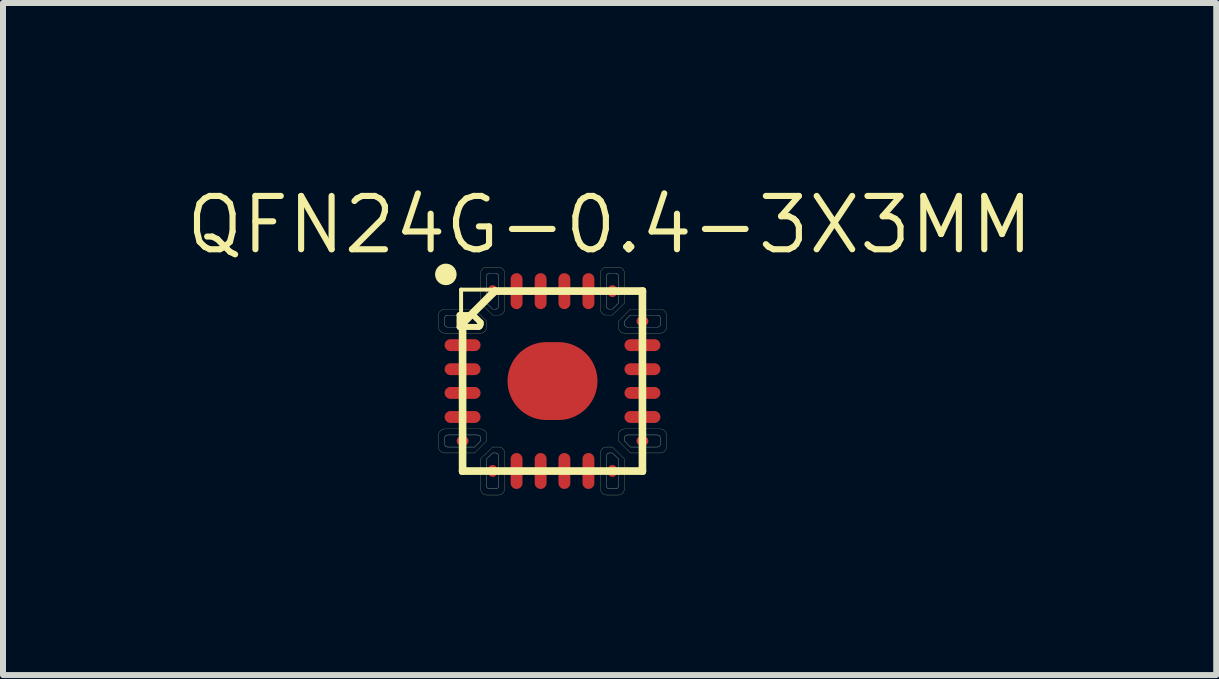
<source format=kicad_pcb>
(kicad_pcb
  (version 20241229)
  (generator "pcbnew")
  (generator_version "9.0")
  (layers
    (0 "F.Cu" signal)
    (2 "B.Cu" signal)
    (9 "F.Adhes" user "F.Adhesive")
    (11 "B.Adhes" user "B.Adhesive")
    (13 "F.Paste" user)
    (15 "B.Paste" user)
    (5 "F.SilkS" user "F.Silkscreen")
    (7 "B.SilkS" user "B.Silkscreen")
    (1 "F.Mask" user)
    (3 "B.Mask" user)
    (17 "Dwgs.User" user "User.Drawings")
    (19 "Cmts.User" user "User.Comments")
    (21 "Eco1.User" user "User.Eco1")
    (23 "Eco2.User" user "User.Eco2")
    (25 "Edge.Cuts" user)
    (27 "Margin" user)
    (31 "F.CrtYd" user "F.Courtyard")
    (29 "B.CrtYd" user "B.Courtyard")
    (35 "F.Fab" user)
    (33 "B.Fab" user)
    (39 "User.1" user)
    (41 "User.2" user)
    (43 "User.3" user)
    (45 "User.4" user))
  (footprint "QFN24G-0.4-3X3MM"
    (layer "F.Cu")
    (at 6.16 3.302)
    (property "Reference" "QFN24G-0.4-3X3MM" (at 0.953 -2.603 0) (layer "F.SilkS") (effects (font (size 0.889 0.889) (thickness 0.102))))
    (attr smd)
    (fp_line (start -1.798 -1.049) (end -1.796 -1.067) (stroke (width 0.003) (type solid)) (layer "B.Cu"))
    (fp_line (start -1.798 -0.95) (end -1.798 -1.049) (stroke (width 0.003) (type solid)) (layer "B.Cu"))
    (fp_line (start -1.798 0.95) (end -1.798 1.049) (stroke (width 0.003) (type solid)) (layer "B.Cu"))
    (fp_line (start -1.798 1.049) (end -1.796 1.067) (stroke (width 0.003) (type solid)) (layer "B.Cu"))
    (fp_line (start -1.796 -1.067) (end -1.783 -1.085) (stroke (width 0.003) (type solid)) (layer "B.Cu"))
    (fp_line (start -1.796 -0.93) (end -1.798 -0.95) (stroke (width 0.003) (type solid)) (layer "B.Cu"))
    (fp_line (start -1.796 0.93) (end -1.798 0.95) (stroke (width 0.003) (type solid)) (layer "B.Cu"))
    (fp_line (start -1.796 1.067) (end -1.783 1.085) (stroke (width 0.003) (type solid)) (layer "B.Cu"))
    (fp_line (start -1.783 -1.085) (end -1.768 -1.095) (stroke (width 0.003) (type solid)) (layer "B.Cu"))
    (fp_line (start -1.783 -0.914) (end -1.796 -0.93) (stroke (width 0.003) (type solid)) (layer "B.Cu"))
    (fp_line (start -1.783 0.914) (end -1.796 0.93) (stroke (width 0.003) (type solid)) (layer "B.Cu"))
    (fp_line (start -1.783 1.085) (end -1.768 1.095) (stroke (width 0.003) (type solid)) (layer "B.Cu"))
    (fp_line (start -1.768 -1.095) (end -1.748 -1.1) (stroke (width 0.003) (type solid)) (layer "B.Cu"))
    (fp_line (start -1.768 -0.902) (end -1.783 -0.914) (stroke (width 0.003) (type solid)) (layer "B.Cu"))
    (fp_line (start -1.768 0.902) (end -1.783 0.914) (stroke (width 0.003) (type solid)) (layer "B.Cu"))
    (fp_line (start -1.768 1.095) (end -1.748 1.1) (stroke (width 0.003) (type solid)) (layer "B.Cu"))
    (fp_line (start -1.748 -1.1) (end -1.298 -1.1) (stroke (width 0.003) (type solid)) (layer "B.Cu"))
    (fp_line (start -1.748 -0.899) (end -1.768 -0.902) (stroke (width 0.003) (type solid)) (layer "B.Cu"))
    (fp_line (start -1.748 0.899) (end -1.768 0.902) (stroke (width 0.003) (type solid)) (layer "B.Cu"))
    (fp_line (start -1.748 1.1) (end -1.298 1.1) (stroke (width 0.003) (type solid)) (layer "B.Cu"))
    (fp_line (start -1.298 -1.1) (end -1.199 -0.998) (stroke (width 0.003) (type solid)) (layer "B.Cu"))
    (fp_line (start -1.298 1.1) (end -1.199 0.998) (stroke (width 0.003) (type solid)) (layer "B.Cu"))
    (fp_line (start -1.25 -0.899) (end -1.748 -0.899) (stroke (width 0.003) (type solid)) (layer "B.Cu"))
    (fp_line (start -1.25 0.899) (end -1.748 0.899) (stroke (width 0.003) (type solid)) (layer "B.Cu"))
    (fp_line (start -1.229 -0.902) (end -1.25 -0.899) (stroke (width 0.003) (type solid)) (layer "B.Cu"))
    (fp_line (start -1.229 0.902) (end -1.25 0.899) (stroke (width 0.003) (type solid)) (layer "B.Cu"))
    (fp_line (start -1.214 -0.914) (end -1.229 -0.902) (stroke (width 0.003) (type solid)) (layer "B.Cu"))
    (fp_line (start -1.214 0.914) (end -1.229 0.902) (stroke (width 0.003) (type solid)) (layer "B.Cu"))
    (fp_line (start -1.201 -0.93) (end -1.214 -0.914) (stroke (width 0.003) (type solid)) (layer "B.Cu"))
    (fp_line (start -1.201 0.93) (end -1.214 0.914) (stroke (width 0.003) (type solid)) (layer "B.Cu"))
    (fp_line (start -1.199 -0.998) (end -1.199 -0.95) (stroke (width 0.003) (type solid)) (layer "B.Cu"))
    (fp_line (start -1.199 -0.95) (end -1.201 -0.93) (stroke (width 0.003) (type solid)) (layer "B.Cu"))
    (fp_line (start -1.199 0.95) (end -1.201 0.93) (stroke (width 0.003) (type solid)) (layer "B.Cu"))
    (fp_line (start -1.199 0.998) (end -1.199 0.95) (stroke (width 0.003) (type solid)) (layer "B.Cu"))
    (fp_line (start -1.1 -1.748) (end -1.1 -1.298) (stroke (width 0.003) (type solid)) (layer "B.Cu"))
    (fp_line (start -1.1 -1.298) (end -0.998 -1.199) (stroke (width 0.003) (type solid)) (layer "B.Cu"))
    (fp_line (start -1.1 1.298) (end -0.998 1.199) (stroke (width 0.003) (type solid)) (layer "B.Cu"))
    (fp_line (start -1.1 1.748) (end -1.1 1.298) (stroke (width 0.003) (type solid)) (layer "B.Cu"))
    (fp_line (start -1.095 -1.768) (end -1.1 -1.748) (stroke (width 0.003) (type solid)) (layer "B.Cu"))
    (fp_line (start -1.095 1.768) (end -1.1 1.748) (stroke (width 0.003) (type solid)) (layer "B.Cu"))
    (fp_line (start -1.085 -1.783) (end -1.095 -1.768) (stroke (width 0.003) (type solid)) (layer "B.Cu"))
    (fp_line (start -1.085 1.783) (end -1.095 1.768) (stroke (width 0.003) (type solid)) (layer "B.Cu"))
    (fp_line (start -1.067 -1.796) (end -1.085 -1.783) (stroke (width 0.003) (type solid)) (layer "B.Cu"))
    (fp_line (start -1.067 1.796) (end -1.085 1.783) (stroke (width 0.003) (type solid)) (layer "B.Cu"))
    (fp_line (start -1.049 -1.798) (end -1.067 -1.796) (stroke (width 0.003) (type solid)) (layer "B.Cu"))
    (fp_line (start -1.049 1.798) (end -1.067 1.796) (stroke (width 0.003) (type solid)) (layer "B.Cu"))
    (fp_line (start -0.998 -1.199) (end -0.95 -1.199) (stroke (width 0.003) (type solid)) (layer "B.Cu"))
    (fp_line (start -0.998 1.199) (end -0.95 1.199) (stroke (width 0.003) (type solid)) (layer "B.Cu"))
    (fp_line (start -0.95 -1.798) (end -1.049 -1.798) (stroke (width 0.003) (type solid)) (layer "B.Cu"))
    (fp_line (start -0.95 -1.199) (end -0.93 -1.201) (stroke (width 0.003) (type solid)) (layer "B.Cu"))
    (fp_line (start -0.95 1.199) (end -0.93 1.201) (stroke (width 0.003) (type solid)) (layer "B.Cu"))
    (fp_line (start -0.95 1.798) (end -1.049 1.798) (stroke (width 0.003) (type solid)) (layer "B.Cu"))
    (fp_line (start -0.93 -1.796) (end -0.95 -1.798) (stroke (width 0.003) (type solid)) (layer "B.Cu"))
    (fp_line (start -0.93 -1.201) (end -0.914 -1.214) (stroke (width 0.003) (type solid)) (layer "B.Cu"))
    (fp_line (start -0.93 1.201) (end -0.914 1.214) (stroke (width 0.003) (type solid)) (layer "B.Cu"))
    (fp_line (start -0.93 1.796) (end -0.95 1.798) (stroke (width 0.003) (type solid)) (layer "B.Cu"))
    (fp_line (start -0.914 -1.783) (end -0.93 -1.796) (stroke (width 0.003) (type solid)) (layer "B.Cu"))
    (fp_line (start -0.914 -1.214) (end -0.902 -1.229) (stroke (width 0.003) (type solid)) (layer "B.Cu"))
    (fp_line (start -0.914 1.214) (end -0.902 1.229) (stroke (width 0.003) (type solid)) (layer "B.Cu"))
    (fp_line (start -0.914 1.783) (end -0.93 1.796) (stroke (width 0.003) (type solid)) (layer "B.Cu"))
    (fp_line (start -0.902 -1.768) (end -0.914 -1.783) (stroke (width 0.003) (type solid)) (layer "B.Cu"))
    (fp_line (start -0.902 -1.229) (end -0.899 -1.25) (stroke (width 0.003) (type solid)) (layer "B.Cu"))
    (fp_line (start -0.902 1.229) (end -0.899 1.25) (stroke (width 0.003) (type solid)) (layer "B.Cu"))
    (fp_line (start -0.902 1.768) (end -0.914 1.783) (stroke (width 0.003) (type solid)) (layer "B.Cu"))
    (fp_line (start -0.899 -1.748) (end -0.902 -1.768) (stroke (width 0.003) (type solid)) (layer "B.Cu"))
    (fp_line (start -0.899 -1.25) (end -0.899 -1.748) (stroke (width 0.003) (type solid)) (layer "B.Cu"))
    (fp_line (start -0.899 1.25) (end -0.899 1.748) (stroke (width 0.003) (type solid)) (layer "B.Cu"))
    (fp_line (start -0.899 1.748) (end -0.902 1.768) (stroke (width 0.003) (type solid)) (layer "B.Cu"))
    (fp_line (start 0.899 -1.748) (end 0.902 -1.768) (stroke (width 0.003) (type solid)) (layer "B.Cu"))
    (fp_line (start 0.899 -1.25) (end 0.899 -1.748) (stroke (width 0.003) (type solid)) (layer "B.Cu"))
    (fp_line (start 0.899 1.25) (end 0.899 1.748) (stroke (width 0.003) (type solid)) (layer "B.Cu"))
    (fp_line (start 0.899 1.748) (end 0.902 1.768) (stroke (width 0.003) (type solid)) (layer "B.Cu"))
    (fp_line (start 0.902 -1.768) (end 0.914 -1.783) (stroke (width 0.003) (type solid)) (layer "B.Cu"))
    (fp_line (start 0.902 -1.229) (end 0.899 -1.25) (stroke (width 0.003) (type solid)) (layer "B.Cu"))
    (fp_line (start 0.902 1.229) (end 0.899 1.25) (stroke (width 0.003) (type solid)) (layer "B.Cu"))
    (fp_line (start 0.902 1.768) (end 0.914 1.783) (stroke (width 0.003) (type solid)) (layer "B.Cu"))
    (fp_line (start 0.914 -1.783) (end 0.93 -1.796) (stroke (width 0.003) (type solid)) (layer "B.Cu"))
    (fp_line (start 0.914 -1.214) (end 0.902 -1.229) (stroke (width 0.003) (type solid)) (layer "B.Cu"))
    (fp_line (start 0.914 1.214) (end 0.902 1.229) (stroke (width 0.003) (type solid)) (layer "B.Cu"))
    (fp_line (start 0.914 1.783) (end 0.93 1.796) (stroke (width 0.003) (type solid)) (layer "B.Cu"))
    (fp_line (start 0.93 -1.796) (end 0.95 -1.798) (stroke (width 0.003) (type solid)) (layer "B.Cu"))
    (fp_line (start 0.93 -1.201) (end 0.914 -1.214) (stroke (width 0.003) (type solid)) (layer "B.Cu"))
    (fp_line (start 0.93 1.201) (end 0.914 1.214) (stroke (width 0.003) (type solid)) (layer "B.Cu"))
    (fp_line (start 0.93 1.796) (end 0.95 1.798) (stroke (width 0.003) (type solid)) (layer "B.Cu"))
    (fp_line (start 0.95 -1.798) (end 1.049 -1.798) (stroke (width 0.003) (type solid)) (layer "B.Cu"))
    (fp_line (start 0.95 -1.199) (end 0.93 -1.201) (stroke (width 0.003) (type solid)) (layer "B.Cu"))
    (fp_line (start 0.95 1.199) (end 0.93 1.201) (stroke (width 0.003) (type solid)) (layer "B.Cu"))
    (fp_line (start 0.95 1.798) (end 1.049 1.798) (stroke (width 0.003) (type solid)) (layer "B.Cu"))
    (fp_line (start 0.998 -1.199) (end 0.95 -1.199) (stroke (width 0.003) (type solid)) (layer "B.Cu"))
    (fp_line (start 0.998 1.199) (end 0.95 1.199) (stroke (width 0.003) (type solid)) (layer "B.Cu"))
    (fp_line (start 1.049 -1.798) (end 1.067 -1.796) (stroke (width 0.003) (type solid)) (layer "B.Cu"))
    (fp_line (start 1.049 1.798) (end 1.067 1.796) (stroke (width 0.003) (type solid)) (layer "B.Cu"))
    (fp_line (start 1.067 -1.796) (end 1.085 -1.783) (stroke (width 0.003) (type solid)) (layer "B.Cu"))
    (fp_line (start 1.067 1.796) (end 1.085 1.783) (stroke (width 0.003) (type solid)) (layer "B.Cu"))
    (fp_line (start 1.085 -1.783) (end 1.095 -1.768) (stroke (width 0.003) (type solid)) (layer "B.Cu"))
    (fp_line (start 1.085 1.783) (end 1.095 1.768) (stroke (width 0.003) (type solid)) (layer "B.Cu"))
    (fp_line (start 1.095 -1.768) (end 1.1 -1.748) (stroke (width 0.003) (type solid)) (layer "B.Cu"))
    (fp_line (start 1.095 1.768) (end 1.1 1.748) (stroke (width 0.003) (type solid)) (layer "B.Cu"))
    (fp_line (start 1.1 -1.748) (end 1.1 -1.298) (stroke (width 0.003) (type solid)) (layer "B.Cu"))
    (fp_line (start 1.1 -1.298) (end 0.998 -1.199) (stroke (width 0.003) (type solid)) (layer "B.Cu"))
    (fp_line (start 1.1 1.298) (end 0.998 1.199) (stroke (width 0.003) (type solid)) (layer "B.Cu"))
    (fp_line (start 1.1 1.748) (end 1.1 1.298) (stroke (width 0.003) (type solid)) (layer "B.Cu"))
    (fp_line (start 1.199 -0.998) (end 1.199 -0.95) (stroke (width 0.003) (type solid)) (layer "B.Cu"))
    (fp_line (start 1.199 -0.95) (end 1.201 -0.93) (stroke (width 0.003) (type solid)) (layer "B.Cu"))
    (fp_line (start 1.199 0.95) (end 1.201 0.93) (stroke (width 0.003) (type solid)) (layer "B.Cu"))
    (fp_line (start 1.199 0.998) (end 1.199 0.95) (stroke (width 0.003) (type solid)) (layer "B.Cu"))
    (fp_line (start 1.201 -0.93) (end 1.214 -0.914) (stroke (width 0.003) (type solid)) (layer "B.Cu"))
    (fp_line (start 1.201 0.93) (end 1.214 0.914) (stroke (width 0.003) (type solid)) (layer "B.Cu"))
    (fp_line (start 1.214 -0.914) (end 1.229 -0.902) (stroke (width 0.003) (type solid)) (layer "B.Cu"))
    (fp_line (start 1.214 0.914) (end 1.229 0.902) (stroke (width 0.003) (type solid)) (layer "B.Cu"))
    (fp_line (start 1.229 -0.902) (end 1.25 -0.899) (stroke (width 0.003) (type solid)) (layer "B.Cu"))
    (fp_line (start 1.229 0.902) (end 1.25 0.899) (stroke (width 0.003) (type solid)) (layer "B.Cu"))
    (fp_line (start 1.25 -0.899) (end 1.748 -0.899) (stroke (width 0.003) (type solid)) (layer "B.Cu"))
    (fp_line (start 1.25 0.899) (end 1.748 0.899) (stroke (width 0.003) (type solid)) (layer "B.Cu"))
    (fp_line (start 1.298 -1.1) (end 1.199 -0.998) (stroke (width 0.003) (type solid)) (layer "B.Cu"))
    (fp_line (start 1.298 1.1) (end 1.199 0.998) (stroke (width 0.003) (type solid)) (layer "B.Cu"))
    (fp_line (start 1.748 -1.1) (end 1.298 -1.1) (stroke (width 0.003) (type solid)) (layer "B.Cu"))
    (fp_line (start 1.748 -0.899) (end 1.768 -0.902) (stroke (width 0.003) (type solid)) (layer "B.Cu"))
    (fp_line (start 1.748 0.899) (end 1.768 0.902) (stroke (width 0.003) (type solid)) (layer "B.Cu"))
    (fp_line (start 1.748 1.1) (end 1.298 1.1) (stroke (width 0.003) (type solid)) (layer "B.Cu"))
    (fp_line (start 1.768 -1.095) (end 1.748 -1.1) (stroke (width 0.003) (type solid)) (layer "B.Cu"))
    (fp_line (start 1.768 -0.902) (end 1.783 -0.914) (stroke (width 0.003) (type solid)) (layer "B.Cu"))
    (fp_line (start 1.768 0.902) (end 1.783 0.914) (stroke (width 0.003) (type solid)) (layer "B.Cu"))
    (fp_line (start 1.768 1.095) (end 1.748 1.1) (stroke (width 0.003) (type solid)) (layer "B.Cu"))
    (fp_line (start 1.783 -1.085) (end 1.768 -1.095) (stroke (width 0.003) (type solid)) (layer "B.Cu"))
    (fp_line (start 1.783 -0.914) (end 1.796 -0.93) (stroke (width 0.003) (type solid)) (layer "B.Cu"))
    (fp_line (start 1.783 0.914) (end 1.796 0.93) (stroke (width 0.003) (type solid)) (layer "B.Cu"))
    (fp_line (start 1.783 1.085) (end 1.768 1.095) (stroke (width 0.003) (type solid)) (layer "B.Cu"))
    (fp_line (start 1.796 -1.067) (end 1.783 -1.085) (stroke (width 0.003) (type solid)) (layer "B.Cu"))
    (fp_line (start 1.796 -0.93) (end 1.798 -0.95) (stroke (width 0.003) (type solid)) (layer "B.Cu"))
    (fp_line (start 1.796 0.93) (end 1.798 0.95) (stroke (width 0.003) (type solid)) (layer "B.Cu"))
    (fp_line (start 1.796 1.067) (end 1.783 1.085) (stroke (width 0.003) (type solid)) (layer "B.Cu"))
    (fp_line (start 1.798 -1.049) (end 1.796 -1.067) (stroke (width 0.003) (type solid)) (layer "B.Cu"))
    (fp_line (start 1.798 -0.95) (end 1.798 -1.049) (stroke (width 0.003) (type solid)) (layer "B.Cu"))
    (fp_line (start 1.798 0.95) (end 1.798 1.049) (stroke (width 0.003) (type solid)) (layer "B.Cu"))
    (fp_line (start 1.798 1.049) (end 1.796 1.067) (stroke (width 0.003) (type solid)) (layer "B.Cu"))
    (fp_line (start -1.9 -1.1) (end -1.895 -1.13) (stroke (width 0.003) (type solid)) (layer "F.SilkS"))
    (fp_line (start -1.9 -0.899) (end -1.9 -1.1) (stroke (width 0.003) (type solid)) (layer "F.SilkS"))
    (fp_line (start -1.9 0.899) (end -1.9 1.1) (stroke (width 0.003) (type solid)) (layer "F.SilkS"))
    (fp_line (start -1.9 1.1) (end -1.895 1.13) (stroke (width 0.003) (type solid)) (layer "F.SilkS"))
    (fp_line (start -1.895 -1.13) (end -1.88 -1.158) (stroke (width 0.003) (type solid)) (layer "F.SilkS"))
    (fp_line (start -1.895 -0.869) (end -1.9 -0.899) (stroke (width 0.003) (type solid)) (layer "F.SilkS"))
    (fp_line (start -1.895 0.869) (end -1.9 0.899) (stroke (width 0.003) (type solid)) (layer "F.SilkS"))
    (fp_line (start -1.895 1.13) (end -1.88 1.158) (stroke (width 0.003) (type solid)) (layer "F.SilkS"))
    (fp_line (start -1.88 -1.158) (end -1.857 -1.179) (stroke (width 0.003) (type solid)) (layer "F.SilkS"))
    (fp_line (start -1.88 -0.841) (end -1.895 -0.869) (stroke (width 0.003) (type solid)) (layer "F.SilkS"))
    (fp_line (start -1.88 0.841) (end -1.895 0.869) (stroke (width 0.003) (type solid)) (layer "F.SilkS"))
    (fp_line (start -1.88 1.158) (end -1.857 1.179) (stroke (width 0.003) (type solid)) (layer "F.SilkS"))
    (fp_line (start -1.857 -1.179) (end -1.829 -1.194) (stroke (width 0.003) (type solid)) (layer "F.SilkS"))
    (fp_line (start -1.857 -0.818) (end -1.88 -0.841) (stroke (width 0.003) (type solid)) (layer "F.SilkS"))
    (fp_line (start -1.857 0.818) (end -1.88 0.841) (stroke (width 0.003) (type solid)) (layer "F.SilkS"))
    (fp_line (start -1.857 1.179) (end -1.829 1.194) (stroke (width 0.003) (type solid)) (layer "F.SilkS"))
    (fp_line (start -1.829 -1.194) (end -1.798 -1.199) (stroke (width 0.003) (type solid)) (layer "F.SilkS"))
    (fp_line (start -1.829 -0.803) (end -1.857 -0.818) (stroke (width 0.003) (type solid)) (layer "F.SilkS"))
    (fp_line (start -1.829 0.803) (end -1.857 0.818) (stroke (width 0.003) (type solid)) (layer "F.SilkS"))
    (fp_line (start -1.829 1.194) (end -1.798 1.199) (stroke (width 0.003) (type solid)) (layer "F.SilkS"))
    (fp_line (start -1.798 -1.199) (end -1.298 -1.199) (stroke (width 0.003) (type solid)) (layer "F.SilkS"))
    (fp_line (start -1.798 -1.049) (end -1.796 -1.067) (stroke (width 0.003) (type solid)) (layer "F.SilkS"))
    (fp_line (start -1.798 -0.95) (end -1.798 -1.049) (stroke (width 0.003) (type solid)) (layer "F.SilkS"))
    (fp_line (start -1.798 -0.798) (end -1.829 -0.803) (stroke (width 0.003) (type solid)) (layer "F.SilkS"))
    (fp_line (start -1.798 0.798) (end -1.829 0.803) (stroke (width 0.003) (type solid)) (layer "F.SilkS"))
    (fp_line (start -1.798 0.95) (end -1.798 1.049) (stroke (width 0.003) (type solid)) (layer "F.SilkS"))
    (fp_line (start -1.798 1.049) (end -1.796 1.067) (stroke (width 0.003) (type solid)) (layer "F.SilkS"))
    (fp_line (start -1.798 1.199) (end -1.298 1.199) (stroke (width 0.003) (type solid)) (layer "F.SilkS"))
    (fp_line (start -1.796 -1.067) (end -1.783 -1.085) (stroke (width 0.003) (type solid)) (layer "F.SilkS"))
    (fp_line (start -1.796 -0.93) (end -1.798 -0.95) (stroke (width 0.003) (type solid)) (layer "F.SilkS"))
    (fp_line (start -1.796 0.93) (end -1.798 0.95) (stroke (width 0.003) (type solid)) (layer "F.SilkS"))
    (fp_line (start -1.796 1.067) (end -1.783 1.085) (stroke (width 0.003) (type solid)) (layer "F.SilkS"))
    (fp_line (start -1.783 -1.085) (end -1.768 -1.095) (stroke (width 0.003) (type solid)) (layer "F.SilkS"))
    (fp_line (start -1.783 -0.914) (end -1.796 -0.93) (stroke (width 0.003) (type solid)) (layer "F.SilkS"))
    (fp_line (start -1.783 0.914) (end -1.796 0.93) (stroke (width 0.003) (type solid)) (layer "F.SilkS"))
    (fp_line (start -1.783 1.085) (end -1.768 1.095) (stroke (width 0.003) (type solid)) (layer "F.SilkS"))
    (fp_line (start -1.768 -1.095) (end -1.748 -1.1) (stroke (width 0.003) (type solid)) (layer "F.SilkS"))
    (fp_line (start -1.768 -0.902) (end -1.783 -0.914) (stroke (width 0.003) (type solid)) (layer "F.SilkS"))
    (fp_line (start -1.768 0.902) (end -1.783 0.914) (stroke (width 0.003) (type solid)) (layer "F.SilkS"))
    (fp_line (start -1.768 1.095) (end -1.748 1.1) (stroke (width 0.003) (type solid)) (layer "F.SilkS"))
    (fp_line (start -1.748 -1.1) (end -1.298 -1.1) (stroke (width 0.003) (type solid)) (layer "F.SilkS"))
    (fp_line (start -1.748 -0.899) (end -1.768 -0.902) (stroke (width 0.003) (type solid)) (layer "F.SilkS"))
    (fp_line (start -1.748 0.899) (end -1.768 0.902) (stroke (width 0.003) (type solid)) (layer "F.SilkS"))
    (fp_line (start -1.748 1.1) (end -1.298 1.1) (stroke (width 0.003) (type solid)) (layer "F.SilkS"))
    (fp_line (start -1.549 -1.1) (end -1.549 -0.902) (stroke (width 0.1) (type solid)) (layer "F.SilkS"))
    (fp_line (start -1.549 -0.902) (end -1.25 -0.902) (stroke (width 0.1) (type solid)) (layer "F.SilkS"))
    (fp_line (start -1.524 -1.524) (end 1.524 -1.524) (stroke (width 0.066) (type solid)) (layer "F.SilkS"))
    (fp_line (start -1.524 1.524) (end -1.524 -1.524) (stroke (width 0.066) (type solid)) (layer "F.SilkS"))
    (fp_line (start -1.524 1.524) (end 1.524 1.524) (stroke (width 0.066) (type solid)) (layer "F.SilkS"))
    (fp_line (start -1.499 -0.963) (end -0.963 -1.499) (stroke (width 0.127) (type solid)) (layer "F.SilkS"))
    (fp_line (start -1.499 1.499) (end -1.499 -0.963) (stroke (width 0.127) (type solid)) (layer "F.SilkS"))
    (fp_line (start -1.323 -1.1) (end -1.549 -1.1) (stroke (width 0.1) (type solid)) (layer "F.SilkS"))
    (fp_line (start -1.298 -1.199) (end -1.1 -0.998) (stroke (width 0.003) (type solid)) (layer "F.SilkS"))
    (fp_line (start -1.298 -1.1) (end -1.199 -0.998) (stroke (width 0.003) (type solid)) (layer "F.SilkS"))
    (fp_line (start -1.298 1.1) (end -1.199 0.998) (stroke (width 0.003) (type solid)) (layer "F.SilkS"))
    (fp_line (start -1.298 1.199) (end -1.1 0.998) (stroke (width 0.003) (type solid)) (layer "F.SilkS"))
    (fp_line (start -1.25 -0.902) (end -1.229 -0.904) (stroke (width 0.1) (type solid)) (layer "F.SilkS"))
    (fp_line (start -1.25 -0.899) (end -1.748 -0.899) (stroke (width 0.003) (type solid)) (layer "F.SilkS"))
    (fp_line (start -1.25 0.899) (end -1.748 0.899) (stroke (width 0.003) (type solid)) (layer "F.SilkS"))
    (fp_line (start -1.229 -0.904) (end -1.214 -0.914) (stroke (width 0.1) (type solid)) (layer "F.SilkS"))
    (fp_line (start -1.229 -0.902) (end -1.25 -0.899) (stroke (width 0.003) (type solid)) (layer "F.SilkS"))
    (fp_line (start -1.229 0.902) (end -1.25 0.899) (stroke (width 0.003) (type solid)) (layer "F.SilkS"))
    (fp_line (start -1.214 -0.914) (end -1.229 -0.902) (stroke (width 0.003) (type solid)) (layer "F.SilkS"))
    (fp_line (start -1.214 -0.914) (end -1.204 -0.932) (stroke (width 0.1) (type solid)) (layer "F.SilkS"))
    (fp_line (start -1.214 0.914) (end -1.229 0.902) (stroke (width 0.003) (type solid)) (layer "F.SilkS"))
    (fp_line (start -1.204 -0.932) (end -1.199 -0.95) (stroke (width 0.1) (type solid)) (layer "F.SilkS"))
    (fp_line (start -1.201 -0.93) (end -1.214 -0.914) (stroke (width 0.003) (type solid)) (layer "F.SilkS"))
    (fp_line (start -1.201 0.93) (end -1.214 0.914) (stroke (width 0.003) (type solid)) (layer "F.SilkS"))
    (fp_line (start -1.199 -1.798) (end -1.199 -1.298) (stroke (width 0.003) (type solid)) (layer "F.SilkS"))
    (fp_line (start -1.199 -1.298) (end -0.998 -1.1) (stroke (width 0.003) (type solid)) (layer "F.SilkS"))
    (fp_line (start -1.199 -0.998) (end -1.199 -0.95) (stroke (width 0.003) (type solid)) (layer "F.SilkS"))
    (fp_line (start -1.199 -0.978) (end -1.323 -1.1) (stroke (width 0.1) (type solid)) (layer "F.SilkS"))
    (fp_line (start -1.199 -0.95) (end -1.201 -0.93) (stroke (width 0.003) (type solid)) (layer "F.SilkS"))
    (fp_line (start -1.199 -0.95) (end -1.199 -0.978) (stroke (width 0.1) (type solid)) (layer "F.SilkS"))
    (fp_line (start -1.199 -0.798) (end -1.798 -0.798) (stroke (width 0.003) (type solid)) (layer "F.SilkS"))
    (fp_line (start -1.199 0.798) (end -1.798 0.798) (stroke (width 0.003) (type solid)) (layer "F.SilkS"))
    (fp_line (start -1.199 0.95) (end -1.201 0.93) (stroke (width 0.003) (type solid)) (layer "F.SilkS"))
    (fp_line (start -1.199 0.998) (end -1.199 0.95) (stroke (width 0.003) (type solid)) (layer "F.SilkS"))
    (fp_line (start -1.199 1.298) (end -0.998 1.1) (stroke (width 0.003) (type solid)) (layer "F.SilkS"))
    (fp_line (start -1.199 1.798) (end -1.199 1.298) (stroke (width 0.003) (type solid)) (layer "F.SilkS"))
    (fp_line (start -1.194 -1.829) (end -1.199 -1.798) (stroke (width 0.003) (type solid)) (layer "F.SilkS"))
    (fp_line (start -1.194 1.829) (end -1.199 1.798) (stroke (width 0.003) (type solid)) (layer "F.SilkS"))
    (fp_line (start -1.179 -1.857) (end -1.194 -1.829) (stroke (width 0.003) (type solid)) (layer "F.SilkS"))
    (fp_line (start -1.179 1.857) (end -1.194 1.829) (stroke (width 0.003) (type solid)) (layer "F.SilkS"))
    (fp_line (start -1.168 -0.803) (end -1.199 -0.798) (stroke (width 0.003) (type solid)) (layer "F.SilkS"))
    (fp_line (start -1.168 0.803) (end -1.199 0.798) (stroke (width 0.003) (type solid)) (layer "F.SilkS"))
    (fp_line (start -1.158 -1.88) (end -1.179 -1.857) (stroke (width 0.003) (type solid)) (layer "F.SilkS"))
    (fp_line (start -1.158 1.88) (end -1.179 1.857) (stroke (width 0.003) (type solid)) (layer "F.SilkS"))
    (fp_line (start -1.14 -0.818) (end -1.168 -0.803) (stroke (width 0.003) (type solid)) (layer "F.SilkS"))
    (fp_line (start -1.14 0.818) (end -1.168 0.803) (stroke (width 0.003) (type solid)) (layer "F.SilkS"))
    (fp_line (start -1.13 -1.895) (end -1.158 -1.88) (stroke (width 0.003) (type solid)) (layer "F.SilkS"))
    (fp_line (start -1.13 1.895) (end -1.158 1.88) (stroke (width 0.003) (type solid)) (layer "F.SilkS"))
    (fp_line (start -1.118 -0.841) (end -1.14 -0.818) (stroke (width 0.003) (type solid)) (layer "F.SilkS"))
    (fp_line (start -1.118 0.841) (end -1.14 0.818) (stroke (width 0.003) (type solid)) (layer "F.SilkS"))
    (fp_line (start -1.102 -0.869) (end -1.118 -0.841) (stroke (width 0.003) (type solid)) (layer "F.SilkS"))
    (fp_line (start -1.102 0.869) (end -1.118 0.841) (stroke (width 0.003) (type solid)) (layer "F.SilkS"))
    (fp_line (start -1.1 -1.9) (end -1.13 -1.895) (stroke (width 0.003) (type solid)) (layer "F.SilkS"))
    (fp_line (start -1.1 -1.748) (end -1.1 -1.298) (stroke (width 0.003) (type solid)) (layer "F.SilkS"))
    (fp_line (start -1.1 -1.298) (end -0.998 -1.199) (stroke (width 0.003) (type solid)) (layer "F.SilkS"))
    (fp_line (start -1.1 -0.998) (end -1.1 -0.899) (stroke (width 0.003) (type solid)) (layer "F.SilkS"))
    (fp_line (start -1.1 -0.899) (end -1.102 -0.869) (stroke (width 0.003) (type solid)) (layer "F.SilkS"))
    (fp_line (start -1.1 0.899) (end -1.102 0.869) (stroke (width 0.003) (type solid)) (layer "F.SilkS"))
    (fp_line (start -1.1 0.998) (end -1.1 0.899) (stroke (width 0.003) (type solid)) (layer "F.SilkS"))
    (fp_line (start -1.1 1.298) (end -0.998 1.199) (stroke (width 0.003) (type solid)) (layer "F.SilkS"))
    (fp_line (start -1.1 1.748) (end -1.1 1.298) (stroke (width 0.003) (type solid)) (layer "F.SilkS"))
    (fp_line (start -1.1 1.9) (end -1.13 1.895) (stroke (width 0.003) (type solid)) (layer "F.SilkS"))
    (fp_line (start -1.095 -1.768) (end -1.1 -1.748) (stroke (width 0.003) (type solid)) (layer "F.SilkS"))
    (fp_line (start -1.095 1.768) (end -1.1 1.748) (stroke (width 0.003) (type solid)) (layer "F.SilkS"))
    (fp_line (start -1.085 -1.783) (end -1.095 -1.768) (stroke (width 0.003) (type solid)) (layer "F.SilkS"))
    (fp_line (start -1.085 1.783) (end -1.095 1.768) (stroke (width 0.003) (type solid)) (layer "F.SilkS"))
    (fp_line (start -1.067 -1.796) (end -1.085 -1.783) (stroke (width 0.003) (type solid)) (layer "F.SilkS"))
    (fp_line (start -1.067 1.796) (end -1.085 1.783) (stroke (width 0.003) (type solid)) (layer "F.SilkS"))
    (fp_line (start -1.049 -1.798) (end -1.067 -1.796) (stroke (width 0.003) (type solid)) (layer "F.SilkS"))
    (fp_line (start -1.049 1.798) (end -1.067 1.796) (stroke (width 0.003) (type solid)) (layer "F.SilkS"))
    (fp_line (start -0.998 -1.199) (end -0.95 -1.199) (stroke (width 0.003) (type solid)) (layer "F.SilkS"))
    (fp_line (start -0.998 -1.1) (end -0.899 -1.1) (stroke (width 0.003) (type solid)) (layer "F.SilkS"))
    (fp_line (start -0.998 1.1) (end -0.899 1.1) (stroke (width 0.003) (type solid)) (layer "F.SilkS"))
    (fp_line (start -0.998 1.199) (end -0.95 1.199) (stroke (width 0.003) (type solid)) (layer "F.SilkS"))
    (fp_line (start -0.963 -1.499) (end 1.499 -1.499) (stroke (width 0.127) (type solid)) (layer "F.SilkS"))
    (fp_line (start -0.95 -1.798) (end -1.049 -1.798) (stroke (width 0.003) (type solid)) (layer "F.SilkS"))
    (fp_line (start -0.95 -1.199) (end -0.93 -1.201) (stroke (width 0.003) (type solid)) (layer "F.SilkS"))
    (fp_line (start -0.95 1.199) (end -0.93 1.201) (stroke (width 0.003) (type solid)) (layer "F.SilkS"))
    (fp_line (start -0.95 1.798) (end -1.049 1.798) (stroke (width 0.003) (type solid)) (layer "F.SilkS"))
    (fp_line (start -0.93 -1.796) (end -0.95 -1.798) (stroke (width 0.003) (type solid)) (layer "F.SilkS"))
    (fp_line (start -0.93 -1.201) (end -0.914 -1.214) (stroke (width 0.003) (type solid)) (layer "F.SilkS"))
    (fp_line (start -0.93 1.201) (end -0.914 1.214) (stroke (width 0.003) (type solid)) (layer "F.SilkS"))
    (fp_line (start -0.93 1.796) (end -0.95 1.798) (stroke (width 0.003) (type solid)) (layer "F.SilkS"))
    (fp_line (start -0.914 -1.783) (end -0.93 -1.796) (stroke (width 0.003) (type solid)) (layer "F.SilkS"))
    (fp_line (start -0.914 -1.214) (end -0.902 -1.229) (stroke (width 0.003) (type solid)) (layer "F.SilkS"))
    (fp_line (start -0.914 1.214) (end -0.902 1.229) (stroke (width 0.003) (type solid)) (layer "F.SilkS"))
    (fp_line (start -0.914 1.783) (end -0.93 1.796) (stroke (width 0.003) (type solid)) (layer "F.SilkS"))
    (fp_line (start -0.902 -1.768) (end -0.914 -1.783) (stroke (width 0.003) (type solid)) (layer "F.SilkS"))
    (fp_line (start -0.902 -1.229) (end -0.899 -1.25) (stroke (width 0.003) (type solid)) (layer "F.SilkS"))
    (fp_line (start -0.902 1.229) (end -0.899 1.25) (stroke (width 0.003) (type solid)) (layer "F.SilkS"))
    (fp_line (start -0.902 1.768) (end -0.914 1.783) (stroke (width 0.003) (type solid)) (layer "F.SilkS"))
    (fp_line (start -0.899 -1.9) (end -1.1 -1.9) (stroke (width 0.003) (type solid)) (layer "F.SilkS"))
    (fp_line (start -0.899 -1.748) (end -0.902 -1.768) (stroke (width 0.003) (type solid)) (layer "F.SilkS"))
    (fp_line (start -0.899 -1.25) (end -0.899 -1.748) (stroke (width 0.003) (type solid)) (layer "F.SilkS"))
    (fp_line (start -0.899 -1.1) (end -0.869 -1.102) (stroke (width 0.003) (type solid)) (layer "F.SilkS"))
    (fp_line (start -0.899 1.1) (end -0.869 1.102) (stroke (width 0.003) (type solid)) (layer "F.SilkS"))
    (fp_line (start -0.899 1.25) (end -0.899 1.748) (stroke (width 0.003) (type solid)) (layer "F.SilkS"))
    (fp_line (start -0.899 1.748) (end -0.902 1.768) (stroke (width 0.003) (type solid)) (layer "F.SilkS"))
    (fp_line (start -0.899 1.9) (end -1.1 1.9) (stroke (width 0.003) (type solid)) (layer "F.SilkS"))
    (fp_line (start -0.869 -1.895) (end -0.899 -1.9) (stroke (width 0.003) (type solid)) (layer "F.SilkS"))
    (fp_line (start -0.869 -1.102) (end -0.841 -1.118) (stroke (width 0.003) (type solid)) (layer "F.SilkS"))
    (fp_line (start -0.869 1.102) (end -0.841 1.118) (stroke (width 0.003) (type solid)) (layer "F.SilkS"))
    (fp_line (start -0.869 1.895) (end -0.899 1.9) (stroke (width 0.003) (type solid)) (layer "F.SilkS"))
    (fp_line (start -0.841 -1.88) (end -0.869 -1.895) (stroke (width 0.003) (type solid)) (layer "F.SilkS"))
    (fp_line (start -0.841 -1.118) (end -0.818 -1.14) (stroke (width 0.003) (type solid)) (layer "F.SilkS"))
    (fp_line (start -0.841 1.118) (end -0.818 1.14) (stroke (width 0.003) (type solid)) (layer "F.SilkS"))
    (fp_line (start -0.841 1.88) (end -0.869 1.895) (stroke (width 0.003) (type solid)) (layer "F.SilkS"))
    (fp_line (start -0.818 -1.857) (end -0.841 -1.88) (stroke (width 0.003) (type solid)) (layer "F.SilkS"))
    (fp_line (start -0.818 -1.14) (end -0.803 -1.168) (stroke (width 0.003) (type solid)) (layer "F.SilkS"))
    (fp_line (start -0.818 1.14) (end -0.803 1.168) (stroke (width 0.003) (type solid)) (layer "F.SilkS"))
    (fp_line (start -0.818 1.857) (end -0.841 1.88) (stroke (width 0.003) (type solid)) (layer "F.SilkS"))
    (fp_line (start -0.803 -1.829) (end -0.818 -1.857) (stroke (width 0.003) (type solid)) (layer "F.SilkS"))
    (fp_line (start -0.803 -1.168) (end -0.798 -1.199) (stroke (width 0.003) (type solid)) (layer "F.SilkS"))
    (fp_line (start -0.803 1.168) (end -0.798 1.199) (stroke (width 0.003) (type solid)) (layer "F.SilkS"))
    (fp_line (start -0.803 1.829) (end -0.818 1.857) (stroke (width 0.003) (type solid)) (layer "F.SilkS"))
    (fp_line (start -0.798 -1.798) (end -0.803 -1.829) (stroke (width 0.003) (type solid)) (layer "F.SilkS"))
    (fp_line (start -0.798 -1.199) (end -0.798 -1.798) (stroke (width 0.003) (type solid)) (layer "F.SilkS"))
    (fp_line (start -0.798 1.199) (end -0.798 1.798) (stroke (width 0.003) (type solid)) (layer "F.SilkS"))
    (fp_line (start -0.798 1.798) (end -0.803 1.829) (stroke (width 0.003) (type solid)) (layer "F.SilkS"))
    (fp_line (start 0.798 -1.798) (end 0.803 -1.829) (stroke (width 0.003) (type solid)) (layer "F.SilkS"))
    (fp_line (start 0.798 -1.199) (end 0.798 -1.798) (stroke (width 0.003) (type solid)) (layer "F.SilkS"))
    (fp_line (start 0.798 1.199) (end 0.798 1.798) (stroke (width 0.003) (type solid)) (layer "F.SilkS"))
    (fp_line (start 0.798 1.798) (end 0.803 1.829) (stroke (width 0.003) (type solid)) (layer "F.SilkS"))
    (fp_line (start 0.803 -1.829) (end 0.818 -1.857) (stroke (width 0.003) (type solid)) (layer "F.SilkS"))
    (fp_line (start 0.803 -1.168) (end 0.798 -1.199) (stroke (width 0.003) (type solid)) (layer "F.SilkS"))
    (fp_line (start 0.803 1.168) (end 0.798 1.199) (stroke (width 0.003) (type solid)) (layer "F.SilkS"))
    (fp_line (start 0.803 1.829) (end 0.818 1.857) (stroke (width 0.003) (type solid)) (layer "F.SilkS"))
    (fp_line (start 0.818 -1.857) (end 0.841 -1.88) (stroke (width 0.003) (type solid)) (layer "F.SilkS"))
    (fp_line (start 0.818 -1.14) (end 0.803 -1.168) (stroke (width 0.003) (type solid)) (layer "F.SilkS"))
    (fp_line (start 0.818 1.14) (end 0.803 1.168) (stroke (width 0.003) (type solid)) (layer "F.SilkS"))
    (fp_line (start 0.818 1.857) (end 0.841 1.88) (stroke (width 0.003) (type solid)) (layer "F.SilkS"))
    (fp_line (start 0.841 -1.88) (end 0.869 -1.895) (stroke (width 0.003) (type solid)) (layer "F.SilkS"))
    (fp_line (start 0.841 -1.118) (end 0.818 -1.14) (stroke (width 0.003) (type solid)) (layer "F.SilkS"))
    (fp_line (start 0.841 1.118) (end 0.818 1.14) (stroke (width 0.003) (type solid)) (layer "F.SilkS"))
    (fp_line (start 0.841 1.88) (end 0.869 1.895) (stroke (width 0.003) (type solid)) (layer "F.SilkS"))
    (fp_line (start 0.869 -1.895) (end 0.899 -1.9) (stroke (width 0.003) (type solid)) (layer "F.SilkS"))
    (fp_line (start 0.869 -1.102) (end 0.841 -1.118) (stroke (width 0.003) (type solid)) (layer "F.SilkS"))
    (fp_line (start 0.869 1.102) (end 0.841 1.118) (stroke (width 0.003) (type solid)) (layer "F.SilkS"))
    (fp_line (start 0.869 1.895) (end 0.899 1.9) (stroke (width 0.003) (type solid)) (layer "F.SilkS"))
    (fp_line (start 0.899 -1.9) (end 1.1 -1.9) (stroke (width 0.003) (type solid)) (layer "F.SilkS"))
    (fp_line (start 0.899 -1.748) (end 0.902 -1.768) (stroke (width 0.003) (type solid)) (layer "F.SilkS"))
    (fp_line (start 0.899 -1.25) (end 0.899 -1.748) (stroke (width 0.003) (type solid)) (layer "F.SilkS"))
    (fp_line (start 0.899 -1.1) (end 0.869 -1.102) (stroke (width 0.003) (type solid)) (layer "F.SilkS"))
    (fp_line (start 0.899 1.1) (end 0.869 1.102) (stroke (width 0.003) (type solid)) (layer "F.SilkS"))
    (fp_line (start 0.899 1.25) (end 0.899 1.748) (stroke (width 0.003) (type solid)) (layer "F.SilkS"))
    (fp_line (start 0.899 1.748) (end 0.902 1.768) (stroke (width 0.003) (type solid)) (layer "F.SilkS"))
    (fp_line (start 0.899 1.9) (end 1.1 1.9) (stroke (width 0.003) (type solid)) (layer "F.SilkS"))
    (fp_line (start 0.902 -1.768) (end 0.914 -1.783) (stroke (width 0.003) (type solid)) (layer "F.SilkS"))
    (fp_line (start 0.902 -1.229) (end 0.899 -1.25) (stroke (width 0.003) (type solid)) (layer "F.SilkS"))
    (fp_line (start 0.902 1.229) (end 0.899 1.25) (stroke (width 0.003) (type solid)) (layer "F.SilkS"))
    (fp_line (start 0.902 1.768) (end 0.914 1.783) (stroke (width 0.003) (type solid)) (layer "F.SilkS"))
    (fp_line (start 0.914 -1.783) (end 0.93 -1.796) (stroke (width 0.003) (type solid)) (layer "F.SilkS"))
    (fp_line (start 0.914 -1.214) (end 0.902 -1.229) (stroke (width 0.003) (type solid)) (layer "F.SilkS"))
    (fp_line (start 0.914 1.214) (end 0.902 1.229) (stroke (width 0.003) (type solid)) (layer "F.SilkS"))
    (fp_line (start 0.914 1.783) (end 0.93 1.796) (stroke (width 0.003) (type solid)) (layer "F.SilkS"))
    (fp_line (start 0.93 -1.796) (end 0.95 -1.798) (stroke (width 0.003) (type solid)) (layer "F.SilkS"))
    (fp_line (start 0.93 -1.201) (end 0.914 -1.214) (stroke (width 0.003) (type solid)) (layer "F.SilkS"))
    (fp_line (start 0.93 1.201) (end 0.914 1.214) (stroke (width 0.003) (type solid)) (layer "F.SilkS"))
    (fp_line (start 0.93 1.796) (end 0.95 1.798) (stroke (width 0.003) (type solid)) (layer "F.SilkS"))
    (fp_line (start 0.95 -1.798) (end 1.049 -1.798) (stroke (width 0.003) (type solid)) (layer "F.SilkS"))
    (fp_line (start 0.95 -1.199) (end 0.93 -1.201) (stroke (width 0.003) (type solid)) (layer "F.SilkS"))
    (fp_line (start 0.95 1.199) (end 0.93 1.201) (stroke (width 0.003) (type solid)) (layer "F.SilkS"))
    (fp_line (start 0.95 1.798) (end 1.049 1.798) (stroke (width 0.003) (type solid)) (layer "F.SilkS"))
    (fp_line (start 0.998 -1.199) (end 0.95 -1.199) (stroke (width 0.003) (type solid)) (layer "F.SilkS"))
    (fp_line (start 0.998 -1.1) (end 0.899 -1.1) (stroke (width 0.003) (type solid)) (layer "F.SilkS"))
    (fp_line (start 0.998 1.1) (end 0.899 1.1) (stroke (width 0.003) (type solid)) (layer "F.SilkS"))
    (fp_line (start 0.998 1.199) (end 0.95 1.199) (stroke (width 0.003) (type solid)) (layer "F.SilkS"))
    (fp_line (start 1.049 -1.798) (end 1.067 -1.796) (stroke (width 0.003) (type solid)) (layer "F.SilkS"))
    (fp_line (start 1.049 1.798) (end 1.067 1.796) (stroke (width 0.003) (type solid)) (layer "F.SilkS"))
    (fp_line (start 1.067 -1.796) (end 1.085 -1.783) (stroke (width 0.003) (type solid)) (layer "F.SilkS"))
    (fp_line (start 1.067 1.796) (end 1.085 1.783) (stroke (width 0.003) (type solid)) (layer "F.SilkS"))
    (fp_line (start 1.085 -1.783) (end 1.095 -1.768) (stroke (width 0.003) (type solid)) (layer "F.SilkS"))
    (fp_line (start 1.085 1.783) (end 1.095 1.768) (stroke (width 0.003) (type solid)) (layer "F.SilkS"))
    (fp_line (start 1.095 -1.768) (end 1.1 -1.748) (stroke (width 0.003) (type solid)) (layer "F.SilkS"))
    (fp_line (start 1.095 1.768) (end 1.1 1.748) (stroke (width 0.003) (type solid)) (layer "F.SilkS"))
    (fp_line (start 1.1 -1.9) (end 1.13 -1.895) (stroke (width 0.003) (type solid)) (layer "F.SilkS"))
    (fp_line (start 1.1 -1.748) (end 1.1 -1.298) (stroke (width 0.003) (type solid)) (layer "F.SilkS"))
    (fp_line (start 1.1 -1.298) (end 0.998 -1.199) (stroke (width 0.003) (type solid)) (layer "F.SilkS"))
    (fp_line (start 1.1 -0.998) (end 1.1 -0.899) (stroke (width 0.003) (type solid)) (layer "F.SilkS"))
    (fp_line (start 1.1 -0.899) (end 1.102 -0.869) (stroke (width 0.003) (type solid)) (layer "F.SilkS"))
    (fp_line (start 1.1 0.899) (end 1.102 0.869) (stroke (width 0.003) (type solid)) (layer "F.SilkS"))
    (fp_line (start 1.1 0.998) (end 1.1 0.899) (stroke (width 0.003) (type solid)) (layer "F.SilkS"))
    (fp_line (start 1.1 1.298) (end 0.998 1.199) (stroke (width 0.003) (type solid)) (layer "F.SilkS"))
    (fp_line (start 1.1 1.748) (end 1.1 1.298) (stroke (width 0.003) (type solid)) (layer "F.SilkS"))
    (fp_line (start 1.1 1.9) (end 1.13 1.895) (stroke (width 0.003) (type solid)) (layer "F.SilkS"))
    (fp_line (start 1.102 -0.869) (end 1.118 -0.841) (stroke (width 0.003) (type solid)) (layer "F.SilkS"))
    (fp_line (start 1.102 0.869) (end 1.118 0.841) (stroke (width 0.003) (type solid)) (layer "F.SilkS"))
    (fp_line (start 1.118 -0.841) (end 1.14 -0.818) (stroke (width 0.003) (type solid)) (layer "F.SilkS"))
    (fp_line (start 1.118 0.841) (end 1.14 0.818) (stroke (width 0.003) (type solid)) (layer "F.SilkS"))
    (fp_line (start 1.13 -1.895) (end 1.158 -1.88) (stroke (width 0.003) (type solid)) (layer "F.SilkS"))
    (fp_line (start 1.13 1.895) (end 1.158 1.88) (stroke (width 0.003) (type solid)) (layer "F.SilkS"))
    (fp_line (start 1.14 -0.818) (end 1.168 -0.803) (stroke (width 0.003) (type solid)) (layer "F.SilkS"))
    (fp_line (start 1.14 0.818) (end 1.168 0.803) (stroke (width 0.003) (type solid)) (layer "F.SilkS"))
    (fp_line (start 1.158 -1.88) (end 1.179 -1.857) (stroke (width 0.003) (type solid)) (layer "F.SilkS"))
    (fp_line (start 1.158 1.88) (end 1.179 1.857) (stroke (width 0.003) (type solid)) (layer "F.SilkS"))
    (fp_line (start 1.168 -0.803) (end 1.199 -0.798) (stroke (width 0.003) (type solid)) (layer "F.SilkS"))
    (fp_line (start 1.168 0.803) (end 1.199 0.798) (stroke (width 0.003) (type solid)) (layer "F.SilkS"))
    (fp_line (start 1.179 -1.857) (end 1.194 -1.829) (stroke (width 0.003) (type solid)) (layer "F.SilkS"))
    (fp_line (start 1.179 1.857) (end 1.194 1.829) (stroke (width 0.003) (type solid)) (layer "F.SilkS"))
    (fp_line (start 1.194 -1.829) (end 1.199 -1.798) (stroke (width 0.003) (type solid)) (layer "F.SilkS"))
    (fp_line (start 1.194 1.829) (end 1.199 1.798) (stroke (width 0.003) (type solid)) (layer "F.SilkS"))
    (fp_line (start 1.199 -1.798) (end 1.199 -1.298) (stroke (width 0.003) (type solid)) (layer "F.SilkS"))
    (fp_line (start 1.199 -1.298) (end 0.998 -1.1) (stroke (width 0.003) (type solid)) (layer "F.SilkS"))
    (fp_line (start 1.199 -0.998) (end 1.199 -0.95) (stroke (width 0.003) (type solid)) (layer "F.SilkS"))
    (fp_line (start 1.199 -0.95) (end 1.201 -0.93) (stroke (width 0.003) (type solid)) (layer "F.SilkS"))
    (fp_line (start 1.199 -0.798) (end 1.798 -0.798) (stroke (width 0.003) (type solid)) (layer "F.SilkS"))
    (fp_line (start 1.199 0.798) (end 1.798 0.798) (stroke (width 0.003) (type solid)) (layer "F.SilkS"))
    (fp_line (start 1.199 0.95) (end 1.201 0.93) (stroke (width 0.003) (type solid)) (layer "F.SilkS"))
    (fp_line (start 1.199 0.998) (end 1.199 0.95) (stroke (width 0.003) (type solid)) (layer "F.SilkS"))
    (fp_line (start 1.199 1.298) (end 0.998 1.1) (stroke (width 0.003) (type solid)) (layer "F.SilkS"))
    (fp_line (start 1.199 1.798) (end 1.199 1.298) (stroke (width 0.003) (type solid)) (layer "F.SilkS"))
    (fp_line (start 1.201 -0.93) (end 1.214 -0.914) (stroke (width 0.003) (type solid)) (layer "F.SilkS"))
    (fp_line (start 1.201 0.93) (end 1.214 0.914) (stroke (width 0.003) (type solid)) (layer "F.SilkS"))
    (fp_line (start 1.214 -0.914) (end 1.229 -0.902) (stroke (width 0.003) (type solid)) (layer "F.SilkS"))
    (fp_line (start 1.214 0.914) (end 1.229 0.902) (stroke (width 0.003) (type solid)) (layer "F.SilkS"))
    (fp_line (start 1.229 -0.902) (end 1.25 -0.899) (stroke (width 0.003) (type solid)) (layer "F.SilkS"))
    (fp_line (start 1.229 0.902) (end 1.25 0.899) (stroke (width 0.003) (type solid)) (layer "F.SilkS"))
    (fp_line (start 1.25 -0.899) (end 1.748 -0.899) (stroke (width 0.003) (type solid)) (layer "F.SilkS"))
    (fp_line (start 1.25 0.899) (end 1.748 0.899) (stroke (width 0.003) (type solid)) (layer "F.SilkS"))
    (fp_line (start 1.298 -1.199) (end 1.1 -0.998) (stroke (width 0.003) (type solid)) (layer "F.SilkS"))
    (fp_line (start 1.298 -1.1) (end 1.199 -0.998) (stroke (width 0.003) (type solid)) (layer "F.SilkS"))
    (fp_line (start 1.298 1.1) (end 1.199 0.998) (stroke (width 0.003) (type solid)) (layer "F.SilkS"))
    (fp_line (start 1.298 1.199) (end 1.1 0.998) (stroke (width 0.003) (type solid)) (layer "F.SilkS"))
    (fp_line (start 1.499 -1.499) (end 1.499 1.499) (stroke (width 0.127) (type solid)) (layer "F.SilkS"))
    (fp_line (start 1.499 1.499) (end -1.499 1.499) (stroke (width 0.127) (type solid)) (layer "F.SilkS"))
    (fp_line (start 1.524 1.524) (end 1.524 -1.524) (stroke (width 0.066) (type solid)) (layer "F.SilkS"))
    (fp_line (start 1.748 -1.1) (end 1.298 -1.1) (stroke (width 0.003) (type solid)) (layer "F.SilkS"))
    (fp_line (start 1.748 -0.899) (end 1.768 -0.902) (stroke (width 0.003) (type solid)) (layer "F.SilkS"))
    (fp_line (start 1.748 0.899) (end 1.768 0.902) (stroke (width 0.003) (type solid)) (layer "F.SilkS"))
    (fp_line (start 1.748 1.1) (end 1.298 1.1) (stroke (width 0.003) (type solid)) (layer "F.SilkS"))
    (fp_line (start 1.768 -1.095) (end 1.748 -1.1) (stroke (width 0.003) (type solid)) (layer "F.SilkS"))
    (fp_line (start 1.768 -0.902) (end 1.783 -0.914) (stroke (width 0.003) (type solid)) (layer "F.SilkS"))
    (fp_line (start 1.768 0.902) (end 1.783 0.914) (stroke (width 0.003) (type solid)) (layer "F.SilkS"))
    (fp_line (start 1.768 1.095) (end 1.748 1.1) (stroke (width 0.003) (type solid)) (layer "F.SilkS"))
    (fp_line (start 1.783 -1.085) (end 1.768 -1.095) (stroke (width 0.003) (type solid)) (layer "F.SilkS"))
    (fp_line (start 1.783 -0.914) (end 1.796 -0.93) (stroke (width 0.003) (type solid)) (layer "F.SilkS"))
    (fp_line (start 1.783 0.914) (end 1.796 0.93) (stroke (width 0.003) (type solid)) (layer "F.SilkS"))
    (fp_line (start 1.783 1.085) (end 1.768 1.095) (stroke (width 0.003) (type solid)) (layer "F.SilkS"))
    (fp_line (start 1.796 -1.067) (end 1.783 -1.085) (stroke (width 0.003) (type solid)) (layer "F.SilkS"))
    (fp_line (start 1.796 -0.93) (end 1.798 -0.95) (stroke (width 0.003) (type solid)) (layer "F.SilkS"))
    (fp_line (start 1.796 0.93) (end 1.798 0.95) (stroke (width 0.003) (type solid)) (layer "F.SilkS"))
    (fp_line (start 1.796 1.067) (end 1.783 1.085) (stroke (width 0.003) (type solid)) (layer "F.SilkS"))
    (fp_line (start 1.798 -1.199) (end 1.298 -1.199) (stroke (width 0.003) (type solid)) (layer "F.SilkS"))
    (fp_line (start 1.798 -1.049) (end 1.796 -1.067) (stroke (width 0.003) (type solid)) (layer "F.SilkS"))
    (fp_line (start 1.798 -0.95) (end 1.798 -1.049) (stroke (width 0.003) (type solid)) (layer "F.SilkS"))
    (fp_line (start 1.798 -0.798) (end 1.829 -0.803) (stroke (width 0.003) (type solid)) (layer "F.SilkS"))
    (fp_line (start 1.798 0.798) (end 1.829 0.803) (stroke (width 0.003) (type solid)) (layer "F.SilkS"))
    (fp_line (start 1.798 0.95) (end 1.798 1.049) (stroke (width 0.003) (type solid)) (layer "F.SilkS"))
    (fp_line (start 1.798 1.049) (end 1.796 1.067) (stroke (width 0.003) (type solid)) (layer "F.SilkS"))
    (fp_line (start 1.798 1.199) (end 1.298 1.199) (stroke (width 0.003) (type solid)) (layer "F.SilkS"))
    (fp_line (start 1.829 -1.194) (end 1.798 -1.199) (stroke (width 0.003) (type solid)) (layer "F.SilkS"))
    (fp_line (start 1.829 -0.803) (end 1.857 -0.818) (stroke (width 0.003) (type solid)) (layer "F.SilkS"))
    (fp_line (start 1.829 0.803) (end 1.857 0.818) (stroke (width 0.003) (type solid)) (layer "F.SilkS"))
    (fp_line (start 1.829 1.194) (end 1.798 1.199) (stroke (width 0.003) (type solid)) (layer "F.SilkS"))
    (fp_line (start 1.857 -1.179) (end 1.829 -1.194) (stroke (width 0.003) (type solid)) (layer "F.SilkS"))
    (fp_line (start 1.857 -0.818) (end 1.88 -0.841) (stroke (width 0.003) (type solid)) (layer "F.SilkS"))
    (fp_line (start 1.857 0.818) (end 1.88 0.841) (stroke (width 0.003) (type solid)) (layer "F.SilkS"))
    (fp_line (start 1.857 1.179) (end 1.829 1.194) (stroke (width 0.003) (type solid)) (layer "F.SilkS"))
    (fp_line (start 1.88 -1.158) (end 1.857 -1.179) (stroke (width 0.003) (type solid)) (layer "F.SilkS"))
    (fp_line (start 1.88 -0.841) (end 1.895 -0.869) (stroke (width 0.003) (type solid)) (layer "F.SilkS"))
    (fp_line (start 1.88 0.841) (end 1.895 0.869) (stroke (width 0.003) (type solid)) (layer "F.SilkS"))
    (fp_line (start 1.88 1.158) (end 1.857 1.179) (stroke (width 0.003) (type solid)) (layer "F.SilkS"))
    (fp_line (start 1.895 -1.13) (end 1.88 -1.158) (stroke (width 0.003) (type solid)) (layer "F.SilkS"))
    (fp_line (start 1.895 -0.869) (end 1.9 -0.899) (stroke (width 0.003) (type solid)) (layer "F.SilkS"))
    (fp_line (start 1.895 0.869) (end 1.9 0.899) (stroke (width 0.003) (type solid)) (layer "F.SilkS"))
    (fp_line (start 1.895 1.13) (end 1.88 1.158) (stroke (width 0.003) (type solid)) (layer "F.SilkS"))
    (fp_line (start 1.9 -1.1) (end 1.895 -1.13) (stroke (width 0.003) (type solid)) (layer "F.SilkS"))
    (fp_line (start 1.9 -0.899) (end 1.9 -1.1) (stroke (width 0.003) (type solid)) (layer "F.SilkS"))
    (fp_line (start 1.9 0.899) (end 1.9 1.1) (stroke (width 0.003) (type solid)) (layer "F.SilkS"))
    (fp_line (start 1.9 1.1) (end 1.895 1.13) (stroke (width 0.003) (type solid)) (layer "F.SilkS"))
    (fp_circle (center -1.778 -1.778) (end -1.905 -1.905) (stroke (width 0) (type solid)) (fill yes) (layer "F.SilkS"))
    (pad "1" smd oval (at -1.499 -0.998) (size 0.198 0.15) (layers "F.Cu" "F.Mask" "F.Paste"))
    (pad "2" smd oval (at -1.499 -0.599) (size 0.599 0.198) (layers "F.Cu" "F.Mask" "F.Paste"))
    (pad "3" smd oval (at -1.499 -0.198) (size 0.599 0.198) (layers "F.Cu" "F.Mask" "F.Paste"))
    (pad "4" smd oval (at -1.499 0.198) (size 0.599 0.198) (layers "F.Cu" "F.Mask" "F.Paste"))
    (pad "5" smd oval (at -1.499 0.599) (size 0.599 0.198) (layers "F.Cu" "F.Mask" "F.Paste"))
    (pad "6" smd oval (at -1.499 0.998) (size 0.198 0.15) (layers "F.Cu" "F.Mask" "F.Paste"))
    (pad "7" smd oval (at -0.998 1.499 90) (size 0.198 0.15) (layers "F.Cu" "F.Mask" "F.Paste"))
    (pad "8" smd oval (at -0.599 1.499 90) (size 0.599 0.198) (layers "F.Cu" "F.Mask" "F.Paste"))
    (pad "9" smd oval (at -0.198 1.499 90) (size 0.599 0.198) (layers "F.Cu" "F.Mask" "F.Paste"))
    (pad "10" smd oval (at 0.198 1.499 90) (size 0.599 0.198) (layers "F.Cu" "F.Mask" "F.Paste"))
    (pad "11" smd oval (at 0.599 1.499 90) (size 0.599 0.198) (layers "F.Cu" "F.Mask" "F.Paste"))
    (pad "12" smd oval (at 0.998 1.499 90) (size 0.198 0.15) (layers "F.Cu" "F.Mask" "F.Paste"))
    (pad "13" smd oval (at 1.499 0.998 180) (size 0.198 0.15) (layers "F.Cu" "F.Mask" "F.Paste"))
    (pad "14" smd oval (at 1.499 0.599 180) (size 0.599 0.198) (layers "F.Cu" "F.Mask" "F.Paste"))
    (pad "15" smd oval (at 1.499 0.198 180) (size 0.599 0.198) (layers "F.Cu" "F.Mask" "F.Paste"))
    (pad "16" smd oval (at 1.499 -0.198 180) (size 0.599 0.198) (layers "F.Cu" "F.Mask" "F.Paste"))
    (pad "17" smd oval (at 1.499 -0.599 180) (size 0.599 0.198) (layers "F.Cu" "F.Mask" "F.Paste"))
    (pad "18" smd oval (at 1.499 -0.998 180) (size 0.198 0.15) (layers "F.Cu" "F.Mask" "F.Paste"))
    (pad "19" smd oval (at 0.998 -1.499 270) (size 0.198 0.15) (layers "F.Cu" "F.Mask" "F.Paste"))
    (pad "20" smd oval (at 0.599 -1.499 270) (size 0.599 0.198) (layers "F.Cu" "F.Mask" "F.Paste"))
    (pad "21" smd oval (at 0.198 -1.499 270) (size 0.599 0.198) (layers "F.Cu" "F.Mask" "F.Paste"))
    (pad "22" smd oval (at -0.198 -1.499 270) (size 0.599 0.198) (layers "F.Cu" "F.Mask" "F.Paste"))
    (pad "23" smd oval (at -0.599 -1.499 270) (size 0.599 0.198) (layers "F.Cu" "F.Mask" "F.Paste"))
    (pad "24" smd oval (at -0.998 -1.499 270) (size 0.198 0.15) (layers "F.Cu" "F.Mask" "F.Paste"))
    (pad "25" smd oval (at 0 0) (size 1.499 1.298) (layers "F.Cu" "F.Mask" "F.Paste")))
  (gr_rect
    (start -3 -3)
    (end 17.224 8.203)
    (stroke (width 0.1) (type default))
    (fill no)
    (layer "Edge.Cuts")))
</source>
